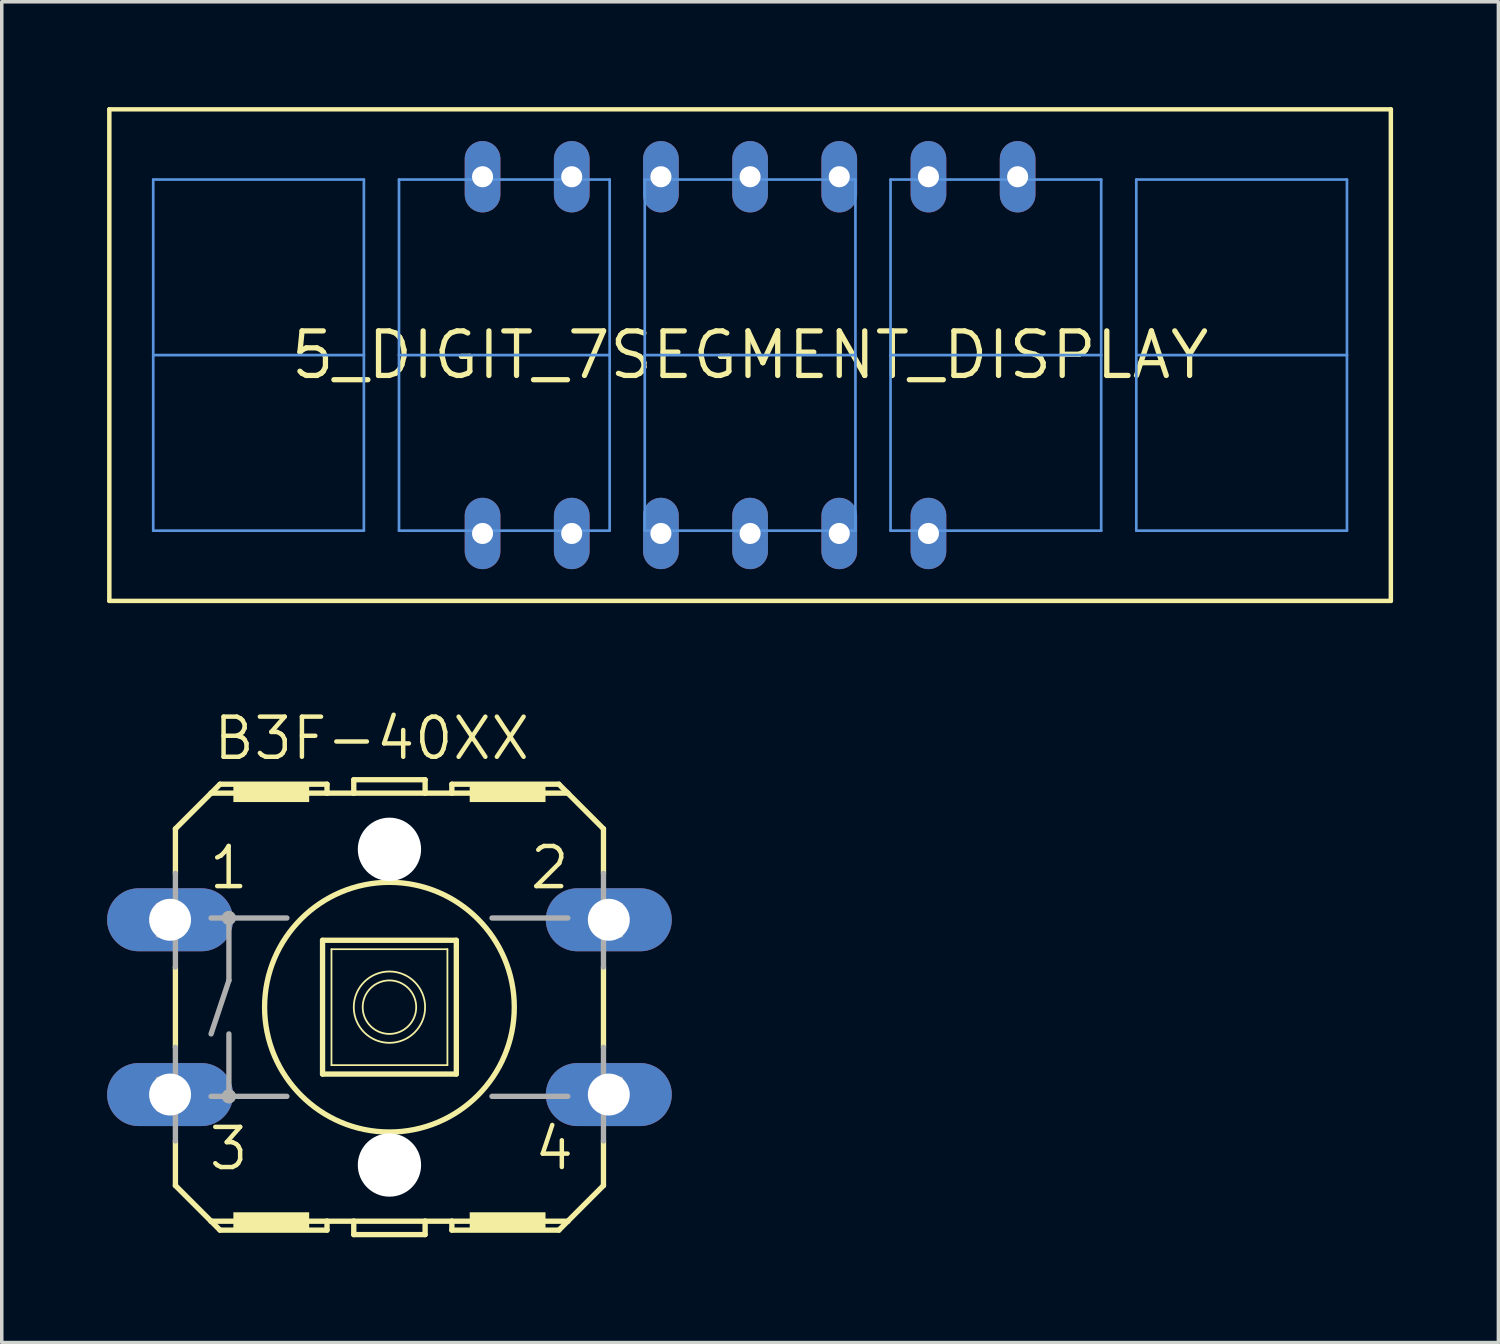
<source format=kicad_pcb>
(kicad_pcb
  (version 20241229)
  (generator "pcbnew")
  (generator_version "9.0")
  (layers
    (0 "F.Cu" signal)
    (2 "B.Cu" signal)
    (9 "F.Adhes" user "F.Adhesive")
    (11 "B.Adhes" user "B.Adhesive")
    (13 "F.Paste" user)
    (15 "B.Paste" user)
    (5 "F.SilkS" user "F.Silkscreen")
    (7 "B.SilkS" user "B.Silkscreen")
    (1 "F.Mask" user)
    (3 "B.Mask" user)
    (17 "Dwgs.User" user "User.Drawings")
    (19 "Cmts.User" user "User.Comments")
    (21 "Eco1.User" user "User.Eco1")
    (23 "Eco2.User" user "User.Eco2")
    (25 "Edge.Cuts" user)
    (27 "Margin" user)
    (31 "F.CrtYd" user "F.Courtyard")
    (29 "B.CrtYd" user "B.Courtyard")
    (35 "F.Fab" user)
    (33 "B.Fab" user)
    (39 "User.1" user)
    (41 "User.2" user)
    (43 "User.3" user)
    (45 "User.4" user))
  (footprint "B3F-40XX"
    (layer "F.Cu")
    (at 8.042 25.636)
    (property "Reference" "B3F-40XX" (at -5.08 -6.985 0) (layer "F.SilkS") (effects (font (size 1.143 1.143) (thickness 0.127)) (justify left bottom)))
    (fp_line (start -6.096 -5.08) (end -6.096 -3.81) (stroke (width 0.152) (type solid)) (layer "F.SilkS"))
    (fp_line (start -6.096 -1.143) (end -6.096 1.143) (stroke (width 0.152) (type solid)) (layer "F.SilkS"))
    (fp_line (start -6.096 3.81) (end -6.096 5.08) (stroke (width 0.152) (type solid)) (layer "F.SilkS"))
    (fp_line (start -6.096 5.08) (end -5.08 6.096) (stroke (width 0.152) (type solid)) (layer "F.SilkS"))
    (fp_line (start -5.08 -6.096) (end -6.096 -5.08) (stroke (width 0.152) (type solid)) (layer "F.SilkS"))
    (fp_line (start -5.08 -6.096) (end -4.826 -6.35) (stroke (width 0.152) (type solid)) (layer "F.SilkS"))
    (fp_line (start -5.08 -6.096) (end -1.778 -6.096) (stroke (width 0.152) (type solid)) (layer "F.SilkS"))
    (fp_line (start -5.08 6.096) (end -1.778 6.096) (stroke (width 0.152) (type solid)) (layer "F.SilkS"))
    (fp_line (start -4.826 6.35) (end -5.08 6.096) (stroke (width 0.152) (type solid)) (layer "F.SilkS"))
    (fp_line (start -1.905 -1.905) (end -1.905 1.905) (stroke (width 0.152) (type solid)) (layer "F.SilkS"))
    (fp_line (start -1.905 -1.905) (end 1.905 -1.905) (stroke (width 0.152) (type solid)) (layer "F.SilkS"))
    (fp_line (start -1.778 -6.35) (end -4.826 -6.35) (stroke (width 0.152) (type solid)) (layer "F.SilkS"))
    (fp_line (start -1.778 -6.35) (end -1.778 -6.096) (stroke (width 0.152) (type solid)) (layer "F.SilkS"))
    (fp_line (start -1.778 -6.096) (end -1.016 -6.096) (stroke (width 0.152) (type solid)) (layer "F.SilkS"))
    (fp_line (start -1.778 6.096) (end -1.778 6.35) (stroke (width 0.152) (type solid)) (layer "F.SilkS"))
    (fp_line (start -1.778 6.096) (end -1.016 6.096) (stroke (width 0.152) (type solid)) (layer "F.SilkS"))
    (fp_line (start -1.778 6.35) (end -4.826 6.35) (stroke (width 0.152) (type solid)) (layer "F.SilkS"))
    (fp_line (start -1.651 -1.651) (end -1.651 1.651) (stroke (width 0.051) (type solid)) (layer "F.SilkS"))
    (fp_line (start -1.651 -1.651) (end 1.651 -1.651) (stroke (width 0.051) (type solid)) (layer "F.SilkS"))
    (fp_line (start -1.016 -6.477) (end 1.016 -6.477) (stroke (width 0.152) (type solid)) (layer "F.SilkS"))
    (fp_line (start -1.016 -6.096) (end -1.016 -6.477) (stroke (width 0.152) (type solid)) (layer "F.SilkS"))
    (fp_line (start -1.016 -6.096) (end 1.016 -6.096) (stroke (width 0.152) (type solid)) (layer "F.SilkS"))
    (fp_line (start -1.016 6.096) (end 1.016 6.096) (stroke (width 0.152) (type solid)) (layer "F.SilkS"))
    (fp_line (start -1.016 6.477) (end -1.016 6.096) (stroke (width 0.152) (type solid)) (layer "F.SilkS"))
    (fp_line (start -1.016 6.477) (end 1.016 6.477) (stroke (width 0.152) (type solid)) (layer "F.SilkS"))
    (fp_line (start 1.016 -6.477) (end 1.016 -6.096) (stroke (width 0.152) (type solid)) (layer "F.SilkS"))
    (fp_line (start 1.016 6.096) (end 1.016 6.477) (stroke (width 0.152) (type solid)) (layer "F.SilkS"))
    (fp_line (start 1.016 6.096) (end 1.778 6.096) (stroke (width 0.152) (type solid)) (layer "F.SilkS"))
    (fp_line (start 1.651 1.651) (end -1.651 1.651) (stroke (width 0.051) (type solid)) (layer "F.SilkS"))
    (fp_line (start 1.651 1.651) (end 1.651 -1.651) (stroke (width 0.051) (type solid)) (layer "F.SilkS"))
    (fp_line (start 1.778 -6.35) (end 1.778 -6.096) (stroke (width 0.152) (type solid)) (layer "F.SilkS"))
    (fp_line (start 1.778 -6.096) (end 1.016 -6.096) (stroke (width 0.152) (type solid)) (layer "F.SilkS"))
    (fp_line (start 1.778 6.096) (end 1.778 6.35) (stroke (width 0.152) (type solid)) (layer "F.SilkS"))
    (fp_line (start 1.778 6.096) (end 5.08 6.096) (stroke (width 0.152) (type solid)) (layer "F.SilkS"))
    (fp_line (start 1.905 1.905) (end -1.905 1.905) (stroke (width 0.152) (type solid)) (layer "F.SilkS"))
    (fp_line (start 1.905 1.905) (end 1.905 -1.905) (stroke (width 0.152) (type solid)) (layer "F.SilkS"))
    (fp_line (start 4.826 -6.35) (end 1.778 -6.35) (stroke (width 0.152) (type solid)) (layer "F.SilkS"))
    (fp_line (start 4.826 6.35) (end 1.778 6.35) (stroke (width 0.152) (type solid)) (layer "F.SilkS"))
    (fp_line (start 5.08 -6.096) (end 1.778 -6.096) (stroke (width 0.152) (type solid)) (layer "F.SilkS"))
    (fp_line (start 5.08 -6.096) (end 4.826 -6.35) (stroke (width 0.152) (type solid)) (layer "F.SilkS"))
    (fp_line (start 5.08 6.096) (end 4.826 6.35) (stroke (width 0.152) (type solid)) (layer "F.SilkS"))
    (fp_line (start 5.08 6.096) (end 6.096 5.08) (stroke (width 0.152) (type solid)) (layer "F.SilkS"))
    (fp_line (start 6.096 -5.08) (end 5.08 -6.096) (stroke (width 0.152) (type solid)) (layer "F.SilkS"))
    (fp_line (start 6.096 -5.08) (end 6.096 -3.81) (stroke (width 0.152) (type solid)) (layer "F.SilkS"))
    (fp_line (start 6.096 -1.143) (end 6.096 1.143) (stroke (width 0.152) (type solid)) (layer "F.SilkS"))
    (fp_line (start 6.096 5.08) (end 6.096 3.81) (stroke (width 0.152) (type solid)) (layer "F.SilkS"))
    (fp_circle (center 0 0) (end 0.762 0) (stroke (width 0.051) (type solid)) (fill no) (layer "F.SilkS"))
    (fp_circle (center 0 0) (end 1.016 0) (stroke (width 0.051) (type solid)) (fill no) (layer "F.SilkS"))
    (fp_circle (center 0 0) (end 3.556 0) (stroke (width 0.152) (type solid)) (fill no) (layer "F.SilkS"))
    (fp_poly (pts (xy -4.445 -5.842) (xy -2.286 -5.842) (xy -2.286 -6.35) (xy -4.445 -6.35)) (stroke (width 0) (type default)) (fill yes) (layer "F.SilkS"))
    (fp_poly (pts (xy -4.445 6.35) (xy -2.286 6.35) (xy -2.286 5.842) (xy -4.445 5.842)) (stroke (width 0) (type default)) (fill yes) (layer "F.SilkS"))
    (fp_poly (pts (xy 2.286 -5.842) (xy 4.445 -5.842) (xy 4.445 -6.35) (xy 2.286 -6.35)) (stroke (width 0) (type default)) (fill yes) (layer "F.SilkS"))
    (fp_poly (pts (xy 2.286 6.35) (xy 4.445 6.35) (xy 4.445 5.842) (xy 2.286 5.842)) (stroke (width 0) (type default)) (fill yes) (layer "F.SilkS"))
    (fp_line (start -6.096 -1.143) (end -6.096 -3.81) (stroke (width 0.152) (type solid)) (layer "F.Fab"))
    (fp_line (start -6.096 3.81) (end -6.096 1.143) (stroke (width 0.152) (type solid)) (layer "F.Fab"))
    (fp_line (start -5.08 -2.54) (end -4.572 -2.54) (stroke (width 0.152) (type solid)) (layer "F.Fab"))
    (fp_line (start -5.08 2.54) (end -4.572 2.54) (stroke (width 0.152) (type solid)) (layer "F.Fab"))
    (fp_line (start -4.572 -2.54) (end -4.572 -0.762) (stroke (width 0.152) (type solid)) (layer "F.Fab"))
    (fp_line (start -4.572 -2.54) (end -2.921 -2.54) (stroke (width 0.152) (type solid)) (layer "F.Fab"))
    (fp_line (start -4.572 -0.762) (end -5.08 0.762) (stroke (width 0.152) (type solid)) (layer "F.Fab"))
    (fp_line (start -4.572 0.762) (end -4.572 2.54) (stroke (width 0.152) (type solid)) (layer "F.Fab"))
    (fp_line (start -4.572 2.54) (end -2.921 2.54) (stroke (width 0.152) (type solid)) (layer "F.Fab"))
    (fp_line (start 2.921 -2.54) (end 5.08 -2.54) (stroke (width 0.152) (type solid)) (layer "F.Fab"))
    (fp_line (start 2.921 2.54) (end 5.08 2.54) (stroke (width 0.152) (type solid)) (layer "F.Fab"))
    (fp_line (start 6.096 -1.143) (end 6.096 -3.81) (stroke (width 0.152) (type solid)) (layer "F.Fab"))
    (fp_line (start 6.096 3.81) (end 6.096 1.143) (stroke (width 0.152) (type solid)) (layer "F.Fab"))
    (fp_circle (center -4.572 -2.54) (end -4.445 -2.54) (stroke (width 0.152) (type solid)) (fill no) (layer "F.Fab"))
    (fp_circle (center -4.572 2.54) (end -4.445 2.54) (stroke (width 0.152) (type solid)) (fill no) (layer "F.Fab"))
    (fp_poly (pts (xy -6.604 -2.032) (xy -6.096 -2.032) (xy -6.096 -2.921) (xy -6.604 -2.921)) (stroke (width 0.1) (type default)) (fill no) (layer "F.Fab"))
    (fp_poly (pts (xy -6.604 2.921) (xy -6.096 2.921) (xy -6.096 2.032) (xy -6.604 2.032)) (stroke (width 0.1) (type default)) (fill no) (layer "F.Fab"))
    (fp_poly (pts (xy 6.096 -2.032) (xy 6.604 -2.032) (xy 6.604 -2.921) (xy 6.096 -2.921)) (stroke (width 0.1) (type default)) (fill no) (layer "F.Fab"))
    (fp_poly (pts (xy 6.096 2.921) (xy 6.604 2.921) (xy 6.604 2.032) (xy 6.096 2.032)) (stroke (width 0.1) (type default)) (fill no) (layer "F.Fab"))
    (fp_text user "3" (at -5.207 4.699 0) (layer "F.SilkS") (effects (font (size 1.143 1.143) (thickness 0.127)) (justify left bottom)))
    (fp_text user "2" (at 3.937 -3.302 0) (layer "F.SilkS") (effects (font (size 1.143 1.143) (thickness 0.127)) (justify left bottom)))
    (fp_text user "1" (at -5.207 -3.302 0) (layer "F.SilkS") (effects (font (size 1.143 1.143) (thickness 0.127)) (justify left bottom)))
    (fp_text user "4" (at 4.064 4.699 0) (layer "F.SilkS") (effects (font (size 1.143 1.143) (thickness 0.127)) (justify left bottom)))
    (pad "" np_thru_hole circle (at 0 -4.496) (size 1.803 1.803) (drill 1.803) (layers "*.Cu" "*.Mask"))
    (pad "" np_thru_hole circle (at 0 4.496) (size 1.803 1.803) (drill 1.803) (layers "*.Cu" "*.Mask"))
    (pad "1" thru_hole oval (at -6.248 -2.489) (size 3.588 1.794) (drill 1.194) (layers "*.Cu" "*.Mask"))
    (pad "2" thru_hole oval (at 6.248 -2.489) (size 3.588 1.794) (drill 1.194) (layers "*.Cu" "*.Mask"))
    (pad "3" thru_hole oval (at -6.248 2.489) (size 3.588 1.794) (drill 1.194) (layers "*.Cu" "*.Mask"))
    (pad "4" thru_hole oval (at 6.248 2.489) (size 3.588 1.794) (drill 1.194) (layers "*.Cu" "*.Mask")))
  (footprint "5_DIGIT_7SEGMENT_DISPLAY"
    (layer "F.Cu")
    (at 18.314 7.064)
    (property "Reference" "5_DIGIT_7SEGMENT_DISPLAY" (at 0 0 0) (layer "F.SilkS") (effects (font (size 1.27 1.27) (thickness 0.15))))
    (fp_line (start -18.25 7) (end -18.25 -7) (stroke (width 0.127) (type solid)) (layer "F.SilkS"))
    (fp_line (start -18.25 7) (end 18.25 7) (stroke (width 0.127) (type solid)) (layer "F.SilkS"))
    (fp_line (start 18.25 -7) (end -18.25 -7) (stroke (width 0.127) (type solid)) (layer "F.SilkS"))
    (fp_line (start 18.25 7) (end 18.25 -7) (stroke (width 0.127) (type solid)) (layer "F.SilkS"))
    (fp_line (start -17 -5) (end -11 -5) (stroke (width 0.076) (type solid)) (layer "Cmts.User"))
    (fp_line (start -17 0) (end -17 -5) (stroke (width 0.076) (type solid)) (layer "Cmts.User"))
    (fp_line (start -17 0) (end -11 0) (stroke (width 0.076) (type solid)) (layer "Cmts.User"))
    (fp_line (start -17 5) (end -17 0) (stroke (width 0.076) (type solid)) (layer "Cmts.User"))
    (fp_line (start -11 -5) (end -11 0) (stroke (width 0.076) (type solid)) (layer "Cmts.User"))
    (fp_line (start -11 0) (end -11 5) (stroke (width 0.076) (type solid)) (layer "Cmts.User"))
    (fp_line (start -11 5) (end -17 5) (stroke (width 0.076) (type solid)) (layer "Cmts.User"))
    (fp_line (start -10 -5) (end -4 -5) (stroke (width 0.076) (type solid)) (layer "Cmts.User"))
    (fp_line (start -10 0) (end -10 -5) (stroke (width 0.076) (type solid)) (layer "Cmts.User"))
    (fp_line (start -10 0) (end -4 0) (stroke (width 0.076) (type solid)) (layer "Cmts.User"))
    (fp_line (start -10 5) (end -10 0) (stroke (width 0.076) (type solid)) (layer "Cmts.User"))
    (fp_line (start -4 -5) (end -4 0) (stroke (width 0.076) (type solid)) (layer "Cmts.User"))
    (fp_line (start -4 0) (end -4 5) (stroke (width 0.076) (type solid)) (layer "Cmts.User"))
    (fp_line (start -4 5) (end -10 5) (stroke (width 0.076) (type solid)) (layer "Cmts.User"))
    (fp_line (start -3 -5) (end 3 -5) (stroke (width 0.076) (type solid)) (layer "Cmts.User"))
    (fp_line (start -3 0) (end -3 -5) (stroke (width 0.076) (type solid)) (layer "Cmts.User"))
    (fp_line (start -3 0) (end 3 0) (stroke (width 0.076) (type solid)) (layer "Cmts.User"))
    (fp_line (start -3 5) (end -3 0) (stroke (width 0.076) (type solid)) (layer "Cmts.User"))
    (fp_line (start -3 5) (end 3 5) (stroke (width 0.076) (type solid)) (layer "Cmts.User"))
    (fp_line (start 3 -5) (end 3 0) (stroke (width 0.076) (type solid)) (layer "Cmts.User"))
    (fp_line (start 3 0) (end 3 5) (stroke (width 0.076) (type solid)) (layer "Cmts.User"))
    (fp_line (start 4 -5) (end 10 -5) (stroke (width 0.076) (type solid)) (layer "Cmts.User"))
    (fp_line (start 4 0) (end 4 -5) (stroke (width 0.076) (type solid)) (layer "Cmts.User"))
    (fp_line (start 4 0) (end 10 0) (stroke (width 0.076) (type solid)) (layer "Cmts.User"))
    (fp_line (start 4 5) (end 4 0) (stroke (width 0.076) (type solid)) (layer "Cmts.User"))
    (fp_line (start 10 -5) (end 10 0) (stroke (width 0.076) (type solid)) (layer "Cmts.User"))
    (fp_line (start 10 0) (end 10 5) (stroke (width 0.076) (type solid)) (layer "Cmts.User"))
    (fp_line (start 10 5) (end 4 5) (stroke (width 0.076) (type solid)) (layer "Cmts.User"))
    (fp_line (start 11 -5) (end 17 -5) (stroke (width 0.076) (type solid)) (layer "Cmts.User"))
    (fp_line (start 11 0) (end 11 -5) (stroke (width 0.076) (type solid)) (layer "Cmts.User"))
    (fp_line (start 11 0) (end 17 0) (stroke (width 0.076) (type solid)) (layer "Cmts.User"))
    (fp_line (start 11 5) (end 11 0) (stroke (width 0.076) (type solid)) (layer "Cmts.User"))
    (fp_line (start 17 -5) (end 17 0) (stroke (width 0.076) (type solid)) (layer "Cmts.User"))
    (fp_line (start 17 0) (end 17 5) (stroke (width 0.076) (type solid)) (layer "Cmts.User"))
    (fp_line (start 17 5) (end 11 5) (stroke (width 0.076) (type solid)) (layer "Cmts.User"))
    (pad "A" thru_hole oval (at -5.08 -5.08 90) (size 2.032 1.016) (drill 0.6) (layers "*.Cu" "*.Mask"))
    (pad "B" thru_hole oval (at 5.08 -5.08 90) (size 2.032 1.016) (drill 0.6) (layers "*.Cu" "*.Mask"))
    (pad "C" thru_hole oval (at 0 5.08 90) (size 2.032 1.016) (drill 0.6) (layers "*.Cu" "*.Mask"))
    (pad "D" thru_hole oval (at -5.08 5.08 90) (size 2.032 1.016) (drill 0.6) (layers "*.Cu" "*.Mask"))
    (pad "DIG1" thru_hole oval (at -7.62 -5.08 90) (size 2.032 1.016) (drill 0.6) (layers "*.Cu" "*.Mask"))
    (pad "DIG2" thru_hole oval (at 0 -5.08 90) (size 2.032 1.016) (drill 0.6) (layers "*.Cu" "*.Mask"))
    (pad "DIG3" thru_hole oval (at 2.54 -5.08 90) (size 2.032 1.016) (drill 0.6) (layers "*.Cu" "*.Mask"))
    (pad "DIG4" thru_hole oval (at 5.08 5.08 90) (size 2.032 1.016) (drill 0.6) (layers "*.Cu" "*.Mask"))
    (pad "DIG5" thru_hole oval (at 7.62 -5.08 90) (size 2.032 1.016) (drill 0.6) (layers "*.Cu" "*.Mask"))
    (pad "DP" thru_hole oval (at -2.54 5.08 90) (size 2.032 1.016) (drill 0.6) (layers "*.Cu" "*.Mask"))
    (pad "E" thru_hole oval (at -7.62 5.08 90) (size 2.032 1.016) (drill 0.6) (layers "*.Cu" "*.Mask"))
    (pad "F" thru_hole oval (at -2.54 -5.08 90) (size 2.032 1.016) (drill 0.6) (layers "*.Cu" "*.Mask"))
    (pad "G" thru_hole oval (at 2.54 5.08 90) (size 2.032 1.016) (drill 0.6) (layers "*.Cu" "*.Mask")))
  (gr_rect
    (start -3 -3)
    (end 39.627 35.189)
    (stroke (width 0.1) (type default))
    (fill no)
    (layer "Edge.Cuts")))
</source>
